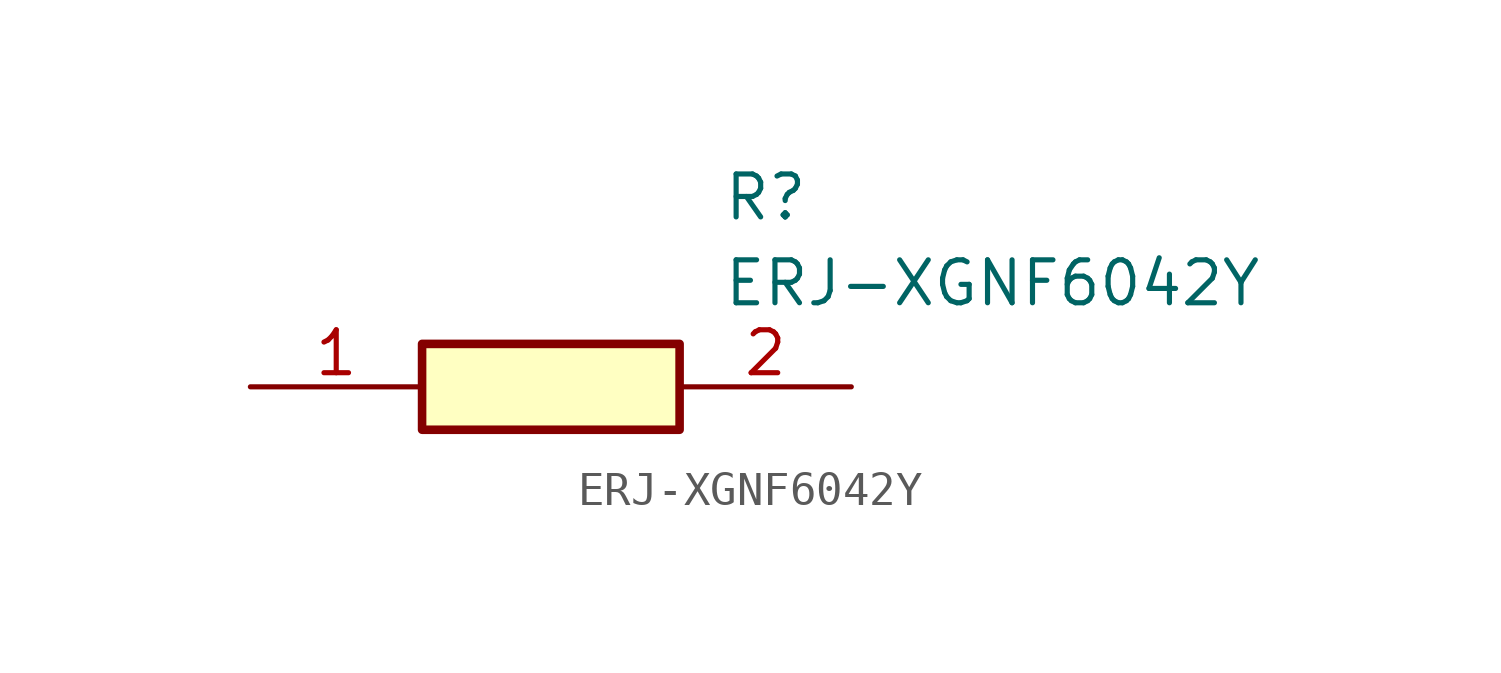
<source format=kicad_sym>
(kicad_symbol_lib
  (version 20211014)
  (generator SamacSys_ECAD_Model)
  (symbol "ERJ-XGNF6042Y"
    (pin_names hide)
    (property "Reference" "R"
      (at 13.97 6.35 0)
      (effects (font (size 1.27 1.27)) (justify left top)))
    (property "Value" "ERJ-XGNF6042Y"
      (at 13.97 3.81 0)
      (effects (font (size 1.27 1.27)) (justify left top)))
    (rectangle
      (start 5.08 1.27)
      (end 12.7 -1.27)
      (stroke (width 0.254) (type default))
      (fill (type background)))
    (pin passive line
      (at 0 0 0)
      (length 5.08)
      (name "1" (effects (font (size 1.27 1.27))))
      (number "1" (effects (font (size 1.27 1.27)))))
    (pin passive line
      (at 17.78 0 180)
      (length 5.08)
      (name "2" (effects (font (size 1.27 1.27))))
      (number "2" (effects (font (size 1.27 1.27)))))))
</source>
